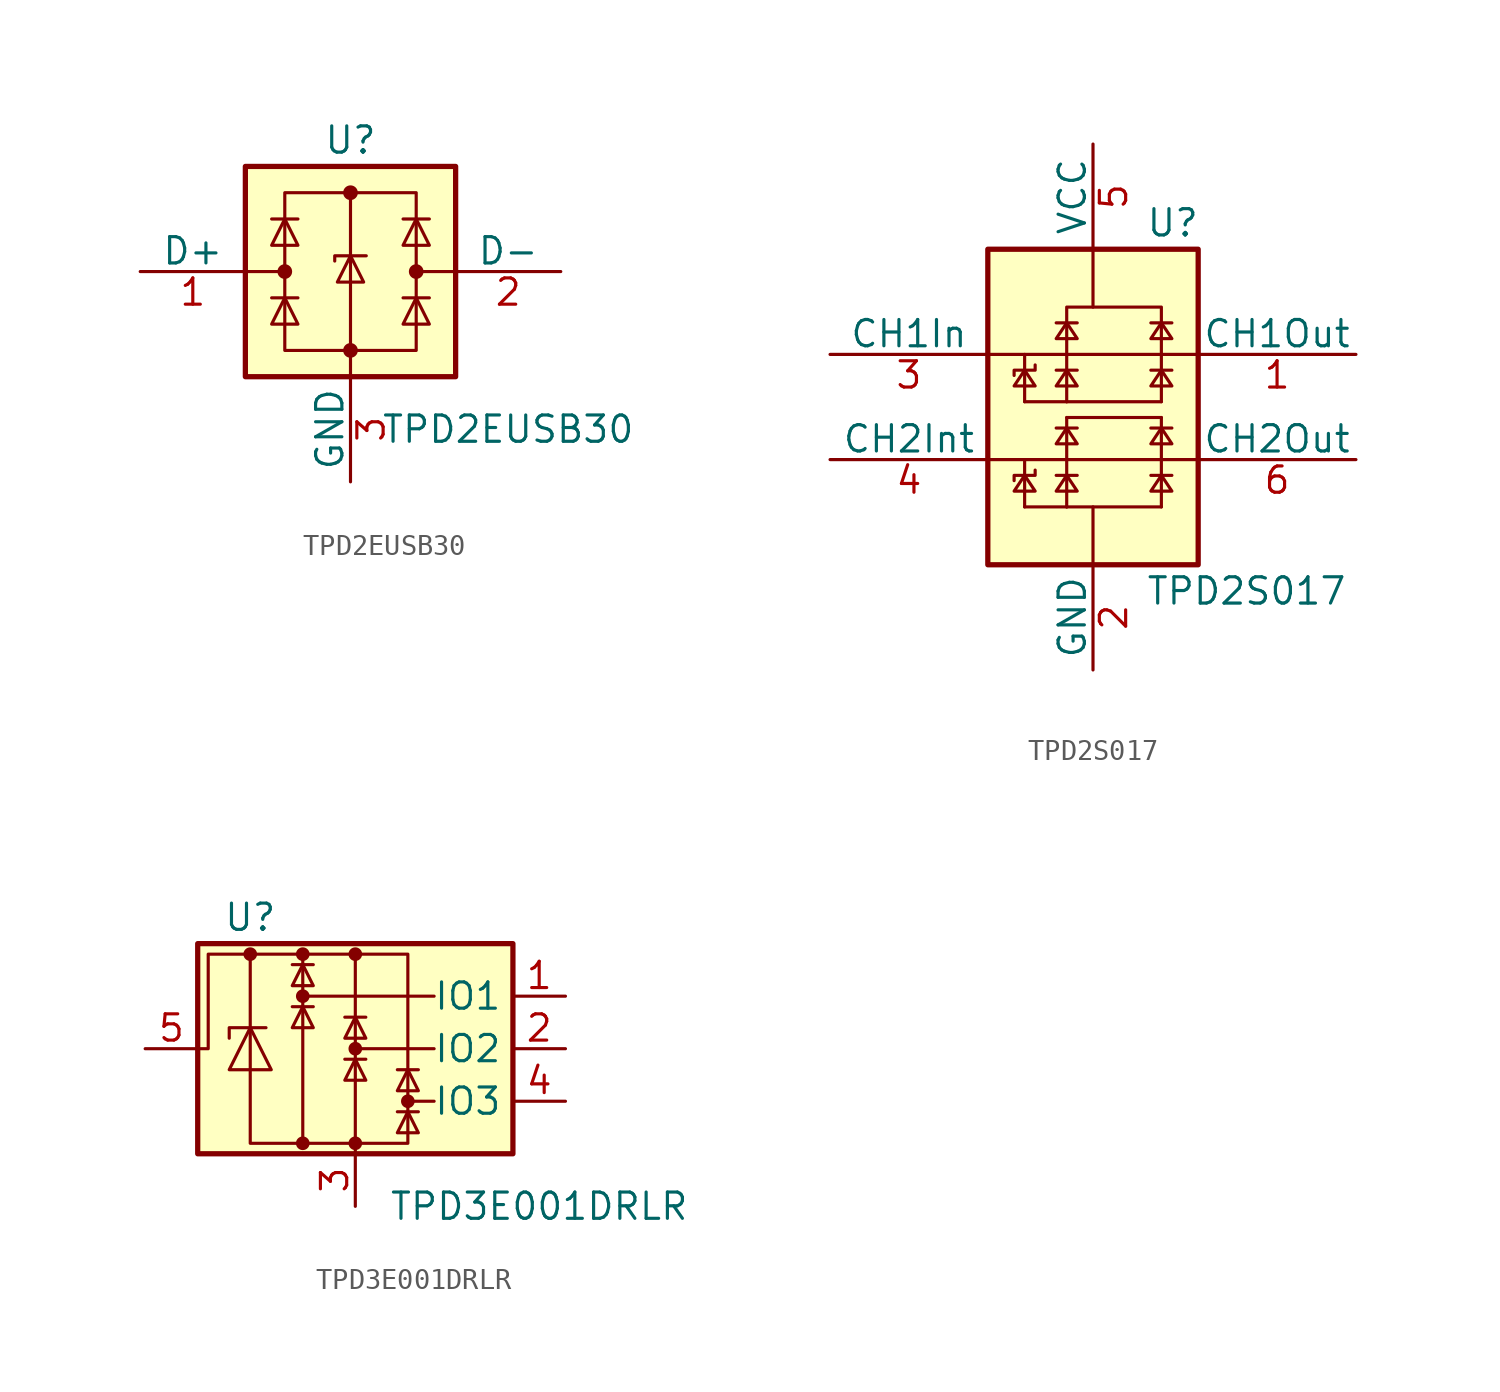
<source format=kicad_sym>
(kicad_symbol_lib
  (version 20241209)
  (generator "kicad_symbol_editor")
  (generator_version "9.0")
  (symbol "TPD2EUSB30"
    (pin_names
      (offset 0))
    (property "Reference" "U"
      (at 0 6.35 0)
      (effects (font (size 1.27 1.27))))
    (property "Value" "TPD2EUSB30"
      (at 7.62 -7.62 0)
      (effects (font (size 1.27 1.27))))
    (symbol "TPD2EUSB30_0_1"
      (rectangle (start -5.08 5.08) (end 5.08 -5.08) (stroke (width 0.254) (type default)) (fill (type background)))
      (polyline (pts (xy -5.08 0) (xy -3.175 0)) (stroke (width 0) (type default)) (fill (type none)))
      (polyline (pts (xy -3.81 2.54) (xy -2.54 2.54)) (stroke (width 0) (type default)) (fill (type none)))
      (polyline (pts (xy -3.81 -1.27) (xy -2.54 -1.27)) (stroke (width 0) (type default)) (fill (type none)))
      (rectangle (start -3.175 3.81) (end 3.175 -3.81) (stroke (width 0) (type default)) (fill (type none)))
      (circle (center -3.175 0) (radius 0.279) (stroke (width 0) (type default)) (fill (type outline)))
      (polyline (pts (xy -2.54 1.27) (xy -3.81 1.27) (xy -3.175 2.54) (xy -2.54 1.27)) (stroke (width 0) (type default)) (fill (type none)))
      (polyline (pts (xy -2.54 -2.54) (xy -3.81 -2.54) (xy -3.175 -1.27) (xy -2.54 -2.54)) (stroke (width 0) (type default)) (fill (type none)))
      (circle (center 0 3.81) (radius 0.279) (stroke (width 0) (type default)) (fill (type outline)))
      (polyline (pts (xy 0 3.81) (xy 0 -5.08)) (stroke (width 0) (type default)) (fill (type none)))
      (circle (center 0 -3.81) (radius 0.279) (stroke (width 0) (type default)) (fill (type outline)))
      (polyline (pts (xy 0.635 -0.508) (xy -0.635 -0.508) (xy 0 0.762) (xy 0.635 -0.508)) (stroke (width 0) (type default)) (fill (type none)))
      (polyline (pts (xy 0.762 0.762) (xy -0.762 0.762) (xy -0.762 0.508)) (stroke (width 0) (type default)) (fill (type none)))
      (polyline (pts (xy 2.54 2.54) (xy 3.81 2.54)) (stroke (width 0) (type default)) (fill (type none)))
      (polyline (pts (xy 2.54 -1.27) (xy 3.81 -1.27)) (stroke (width 0) (type default)) (fill (type none)))
      (circle (center 3.175 0) (radius 0.279) (stroke (width 0) (type default)) (fill (type outline)))
      (polyline (pts (xy 3.81 1.27) (xy 2.54 1.27) (xy 3.175 2.54) (xy 3.81 1.27)) (stroke (width 0) (type default)) (fill (type none)))
      (polyline (pts (xy 3.81 -2.54) (xy 2.54 -2.54) (xy 3.175 -1.27) (xy 3.81 -2.54)) (stroke (width 0) (type default)) (fill (type none)))
      (polyline (pts (xy 5.08 0) (xy 3.175 0)) (stroke (width 0) (type default)) (fill (type none))))
    (symbol "TPD2EUSB30_1_1"
      (pin passive line (at -10.16 0 0) (length 5.08) (name "D+" (effects (font (size 1.27 1.27)))) (number "1" (effects (font (size 1.27 1.27)))))
      (pin passive line (at 0 -10.16 90) (length 5.08) (name "GND" (effects (font (size 1.27 1.27)))) (number "3" (effects (font (size 1.27 1.27)))))
      (pin passive line (at 10.16 0 180) (length 5.08) (name "D-" (effects (font (size 1.27 1.27)))) (number "2" (effects (font (size 1.27 1.27)))))))
  (symbol "TPD2S017"
    (pin_names
      (offset 0))
    (property "Reference" "U"
      (at 2.54 8.89 0)
      (effects (font (size 1.27 1.27)) (justify left)))
    (property "Value" "TPD2S017"
      (at 2.54 -8.89 0)
      (effects (font (size 1.27 1.27)) (justify left)))
    (symbol "TPD2S017_0_1"
      (rectangle (start -5.08 7.62) (end 5.08 -7.62) (stroke (width 0.254) (type default)) (fill (type background)))
      (polyline (pts (xy -5.08 2.54) (xy 5.08 2.54) (xy 5.08 2.54)) (stroke (width 0) (type default)) (fill (type none)))
      (polyline (pts (xy -5.08 -2.54) (xy 5.08 -2.54) (xy 5.08 -2.54)) (stroke (width 0) (type default)) (fill (type none)))
      (polyline (pts (xy -3.302 1.778) (xy -3.302 2.54) (xy -3.302 2.54)) (stroke (width 0) (type default)) (fill (type none)))
      (polyline (pts (xy -3.302 1.778) (xy -3.81 1.016) (xy -2.794 1.016) (xy -3.302 1.778) (xy -3.302 1.778)) (stroke (width 0) (type default)) (fill (type none)))
      (polyline (pts (xy -3.302 0.254) (xy -3.302 1.778) (xy -3.302 1.016)) (stroke (width 0) (type default)) (fill (type none)))
      (polyline (pts (xy -3.302 0.254) (xy -1.27 0.254) (xy -1.27 0.254)) (stroke (width 0) (type default)) (fill (type none)))
      (polyline (pts (xy -3.302 -3.302) (xy -3.302 -2.54) (xy -3.302 -2.54)) (stroke (width 0) (type default)) (fill (type none)))
      (polyline (pts (xy -3.302 -3.302) (xy -3.81 -4.064) (xy -2.794 -4.064) (xy -3.302 -3.302) (xy -3.302 -3.302)) (stroke (width 0) (type default)) (fill (type none)))
      (polyline (pts (xy -3.302 -4.826) (xy -1.27 -4.826) (xy -1.27 -4.826)) (stroke (width 0) (type default)) (fill (type none)))
      (polyline (pts (xy -3.302 -4.826) (xy -3.302 -3.302) (xy -3.302 -4.064) (xy -3.302 -4.064)) (stroke (width 0) (type default)) (fill (type none)))
      (polyline (pts (xy -2.794 2.032) (xy -2.794 1.778) (xy -3.81 1.778) (xy -3.81 1.524) (xy -3.81 1.524)) (stroke (width 0) (type default)) (fill (type none)))
      (polyline (pts (xy -2.794 -3.048) (xy -2.794 -3.302) (xy -3.81 -3.302) (xy -3.81 -3.556) (xy -3.81 -3.556)) (stroke (width 0) (type default)) (fill (type none)))
      (polyline (pts (xy -1.778 4.064) (xy -1.27 4.064) (xy -0.762 4.064)) (stroke (width 0) (type default)) (fill (type none)))
      (polyline (pts (xy -1.778 1.778) (xy -1.27 1.778) (xy -0.762 1.778)) (stroke (width 0) (type default)) (fill (type none)))
      (polyline (pts (xy -1.778 -1.016) (xy -1.27 -1.016) (xy -0.762 -1.016)) (stroke (width 0) (type default)) (fill (type none)))
      (polyline (pts (xy -1.778 -3.302) (xy -1.27 -3.302) (xy -0.762 -3.302)) (stroke (width 0) (type default)) (fill (type none)))
      (polyline (pts (xy -1.27 4.064) (xy -1.778 3.302) (xy -0.762 3.302) (xy -1.27 4.064) (xy -1.27 4.064)) (stroke (width 0) (type default)) (fill (type none)))
      (polyline (pts (xy -1.27 4.064) (xy -1.27 4.826) (xy 3.302 4.826) (xy 3.302 4.064) (xy 3.302 4.064)) (stroke (width 0) (type default)) (fill (type none)))
      (polyline (pts (xy -1.27 1.778) (xy -1.778 1.016) (xy -0.762 1.016) (xy -1.27 1.778) (xy -1.27 1.778)) (stroke (width 0) (type default)) (fill (type none)))
      (polyline (pts (xy -1.27 1.778) (xy -1.27 4.064) (xy -1.27 3.302) (xy -1.27 3.302) (xy -1.27 3.302)) (stroke (width 0) (type default)) (fill (type none)))
      (polyline (pts (xy -1.27 0.254) (xy -1.27 1.778) (xy -1.27 1.016)) (stroke (width 0) (type default)) (fill (type none)))
      (polyline (pts (xy -1.27 0.254) (xy 3.302 0.254) (xy 3.302 0.254)) (stroke (width 0) (type default)) (fill (type none)))
      (polyline (pts (xy -1.27 -0.508) (xy 3.302 -0.508) (xy 3.302 -0.508)) (stroke (width 0) (type default)) (fill (type none)))
      (polyline (pts (xy -1.27 -1.016) (xy -1.27 -0.508) (xy -1.27 -0.508)) (stroke (width 0) (type default)) (fill (type none)))
      (polyline (pts (xy -1.27 -1.016) (xy -1.778 -1.778) (xy -0.762 -1.778) (xy -1.27 -1.016) (xy -1.27 -1.016)) (stroke (width 0) (type default)) (fill (type none)))
      (polyline (pts (xy -1.27 -3.302) (xy -1.778 -4.064) (xy -0.762 -4.064) (xy -1.27 -3.302) (xy -1.27 -3.302)) (stroke (width 0) (type default)) (fill (type none)))
      (polyline (pts (xy -1.27 -3.302) (xy -1.27 -1.016) (xy -1.27 -1.778) (xy -1.27 -1.778) (xy -1.27 -1.778)) (stroke (width 0) (type default)) (fill (type none)))
      (polyline (pts (xy -1.27 -4.826) (xy -1.27 -3.302) (xy -1.27 -4.064)) (stroke (width 0) (type default)) (fill (type none)))
      (polyline (pts (xy -1.27 -4.826) (xy 3.302 -4.826) (xy 3.302 -4.826)) (stroke (width 0) (type default)) (fill (type none)))
      (polyline (pts (xy 0 4.826) (xy 0 7.62)) (stroke (width 0) (type default)) (fill (type none)))
      (polyline (pts (xy 0 -7.62) (xy 0 -4.826) (xy 0 -4.826)) (stroke (width 0) (type default)) (fill (type none)))
      (polyline (pts (xy 2.794 4.064) (xy 3.302 4.064) (xy 3.81 4.064)) (stroke (width 0) (type default)) (fill (type none)))
      (polyline (pts (xy 2.794 1.778) (xy 3.302 1.778) (xy 3.81 1.778)) (stroke (width 0) (type default)) (fill (type none)))
      (polyline (pts (xy 2.794 -1.016) (xy 3.302 -1.016) (xy 3.81 -1.016)) (stroke (width 0) (type default)) (fill (type none)))
      (polyline (pts (xy 2.794 -3.302) (xy 3.302 -3.302) (xy 3.81 -3.302)) (stroke (width 0) (type default)) (fill (type none)))
      (polyline (pts (xy 3.302 4.064) (xy 2.794 3.302) (xy 3.81 3.302) (xy 3.302 4.064) (xy 3.302 4.064)) (stroke (width 0) (type default)) (fill (type none)))
      (polyline (pts (xy 3.302 1.778) (xy 2.794 1.016) (xy 3.81 1.016) (xy 3.302 1.778) (xy 3.302 1.778)) (stroke (width 0) (type default)) (fill (type none)))
      (polyline (pts (xy 3.302 1.778) (xy 3.302 4.064) (xy 3.302 3.302) (xy 3.302 3.302) (xy 3.302 3.302)) (stroke (width 0) (type default)) (fill (type none)))
      (polyline (pts (xy 3.302 0.254) (xy 3.302 1.778) (xy 3.302 1.016) (xy 3.302 1.016)) (stroke (width 0) (type default)) (fill (type none)))
      (polyline (pts (xy 3.302 -1.016) (xy 3.302 -0.508) (xy 3.302 -0.508)) (stroke (width 0) (type default)) (fill (type none)))
      (polyline (pts (xy 3.302 -1.016) (xy 2.794 -1.778) (xy 3.81 -1.778) (xy 3.302 -1.016) (xy 3.302 -1.016)) (stroke (width 0) (type default)) (fill (type none)))
      (polyline (pts (xy 3.302 -3.302) (xy 2.794 -4.064) (xy 3.81 -4.064) (xy 3.302 -3.302) (xy 3.302 -3.302)) (stroke (width 0) (type default)) (fill (type none)))
      (polyline (pts (xy 3.302 -3.302) (xy 3.302 -1.016) (xy 3.302 -1.778) (xy 3.302 -1.778) (xy 3.302 -1.778)) (stroke (width 0) (type default)) (fill (type none)))
      (polyline (pts (xy 3.302 -4.826) (xy 3.302 -3.302) (xy 3.302 -4.064) (xy 3.302 -4.064)) (stroke (width 0) (type default)) (fill (type none))))
    (symbol "TPD2S017_1_1"
      (pin passive line (at -12.7 2.54 0) (length 7.62) (name "CH1In" (effects (font (size 1.27 1.27)))) (number "3" (effects (font (size 1.27 1.27)))))
      (pin passive line (at -12.7 -2.54 0) (length 7.62) (name "CH2Int" (effects (font (size 1.27 1.27)))) (number "4" (effects (font (size 1.27 1.27)))))
      (pin power_in line (at 0 12.7 270) (length 5.08) (name "VCC" (effects (font (size 1.27 1.27)))) (number "5" (effects (font (size 1.27 1.27)))))
      (pin power_in line (at 0 -12.7 90) (length 5.08) (name "GND" (effects (font (size 1.27 1.27)))) (number "2" (effects (font (size 1.27 1.27)))))
      (pin passive line (at 12.7 2.54 180) (length 7.62) (name "CH1Out" (effects (font (size 1.27 1.27)))) (number "1" (effects (font (size 1.27 1.27)))))
      (pin passive line (at 12.7 -2.54 180) (length 7.62) (name "CH2Out" (effects (font (size 1.27 1.27)))) (number "6" (effects (font (size 1.27 1.27)))))))
  (symbol "TPD3E001DRLR"
    (property "Reference" "U"
      (at -5.08 6.35 0)
      (effects (font (size 1.27 1.27))))
    (property "Value" "TPD3E001DRLR"
      (at 8.89 -7.62 0)
      (effects (font (size 1.27 1.27))))
    (symbol "TPD3E001DRLR_0_1"
      (rectangle (start -7.62 5.08) (end 7.62 -5.08) (stroke (width 0.254) (type default)) (fill (type background)))
      (polyline (pts (xy -7.62 0) (xy -7.112 0) (xy -7.112 4.572) (xy -5.08 4.572)) (stroke (width 0) (type default)) (fill (type none)))
      (circle (center -5.08 4.572) (radius 0.254) (stroke (width 0) (type default)) (fill (type outline)))
      (polyline (pts (xy -5.08 1.016) (xy -6.096 -1.016) (xy -4.064 -1.016) (xy -5.08 1.016)) (stroke (width 0) (type default)) (fill (type none)))
      (polyline (pts (xy -4.318 1.016) (xy -6.096 1.016) (xy -6.096 0.508)) (stroke (width 0) (type default)) (fill (type none)))
      (circle (center -2.54 4.572) (radius 0.254) (stroke (width 0) (type default)) (fill (type outline)))
      (polyline (pts (xy -2.54 4.572) (xy -2.54 -4.572)) (stroke (width 0) (type default)) (fill (type none)))
      (polyline (pts (xy -2.54 4.064) (xy -3.048 3.048) (xy -2.032 3.048) (xy -2.54 4.064)) (stroke (width 0) (type default)) (fill (type none)))
      (circle (center -2.54 2.54) (radius 0.254) (stroke (width 0) (type default)) (fill (type outline)))
      (polyline (pts (xy -2.54 2.54) (xy 3.81 2.54)) (stroke (width 0) (type default)) (fill (type none)))
      (polyline (pts (xy -2.54 2.032) (xy -3.048 1.016) (xy -2.032 1.016) (xy -2.54 2.032)) (stroke (width 0) (type default)) (fill (type none)))
      (circle (center -2.54 -4.572) (radius 0.254) (stroke (width 0) (type default)) (fill (type outline)))
      (polyline (pts (xy -2.032 4.064) (xy -3.048 4.064)) (stroke (width 0) (type default)) (fill (type none)))
      (polyline (pts (xy -2.032 2.032) (xy -3.048 2.032)) (stroke (width 0) (type default)) (fill (type none)))
      (circle (center 0 4.572) (radius 0.254) (stroke (width 0) (type default)) (fill (type outline)))
      (polyline (pts (xy 0 1.524) (xy -0.508 0.508) (xy 0.508 0.508) (xy 0 1.524)) (stroke (width 0) (type default)) (fill (type none)))
      (polyline (pts (xy 0 0) (xy 3.81 0)) (stroke (width 0) (type default)) (fill (type none)))
      (circle (center 0 0) (radius 0.254) (stroke (width 0) (type default)) (fill (type outline)))
      (polyline (pts (xy 0 -0.508) (xy -0.508 -1.524) (xy 0.508 -1.524) (xy 0 -0.508)) (stroke (width 0) (type default)) (fill (type none)))
      (circle (center 0 -4.572) (radius 0.254) (stroke (width 0) (type default)) (fill (type outline)))
      (polyline (pts (xy 0 -5.08) (xy 0 4.572)) (stroke (width 0) (type default)) (fill (type none)))
      (polyline (pts (xy 0.508 1.524) (xy -0.508 1.524)) (stroke (width 0) (type default)) (fill (type none)))
      (polyline (pts (xy 0.508 -0.508) (xy -0.508 -0.508)) (stroke (width 0) (type default)) (fill (type none)))
      (polyline (pts (xy 2.54 -1.016) (xy 2.032 -2.032) (xy 3.048 -2.032) (xy 2.54 -1.016)) (stroke (width 0) (type default)) (fill (type none)))
      (polyline (pts (xy 2.54 -2.54) (xy 3.81 -2.54)) (stroke (width 0) (type default)) (fill (type none)))
      (circle (center 2.54 -2.54) (radius 0.254) (stroke (width 0) (type default)) (fill (type outline)))
      (polyline (pts (xy 2.54 -3.048) (xy 2.032 -4.064) (xy 3.048 -4.064) (xy 2.54 -3.048)) (stroke (width 0) (type default)) (fill (type none)))
      (rectangle (start 2.54 -4.572) (end -5.08 4.572) (stroke (width 0) (type default)) (fill (type none)))
      (polyline (pts (xy 3.048 -1.016) (xy 2.032 -1.016)) (stroke (width 0) (type default)) (fill (type none)))
      (polyline (pts (xy 3.048 -3.048) (xy 2.032 -3.048)) (stroke (width 0) (type default)) (fill (type none))))
    (symbol "TPD3E001DRLR_1_1"
      (pin passive line (at -10.16 0 0) (length 2.54) (name "~" (effects (font (size 1.27 1.27)))) (number "5" (effects (font (size 1.27 1.27)))))
      (pin passive line (at 0 -7.62 90) (length 2.54) (name "~" (effects (font (size 1.27 1.27)))) (number "3" (effects (font (size 1.27 1.27)))))
      (pin passive line (at 10.16 2.54 180) (length 2.54) (name "IO1" (effects (font (size 1.27 1.27)))) (number "1" (effects (font (size 1.27 1.27)))))
      (pin passive line (at 10.16 0 180) (length 2.54) (name "IO2" (effects (font (size 1.27 1.27)))) (number "2" (effects (font (size 1.27 1.27)))))
      (pin passive line (at 10.16 -2.54 180) (length 2.54) (name "IO3" (effects (font (size 1.27 1.27)))) (number "4" (effects (font (size 1.27 1.27))))))))
</source>
